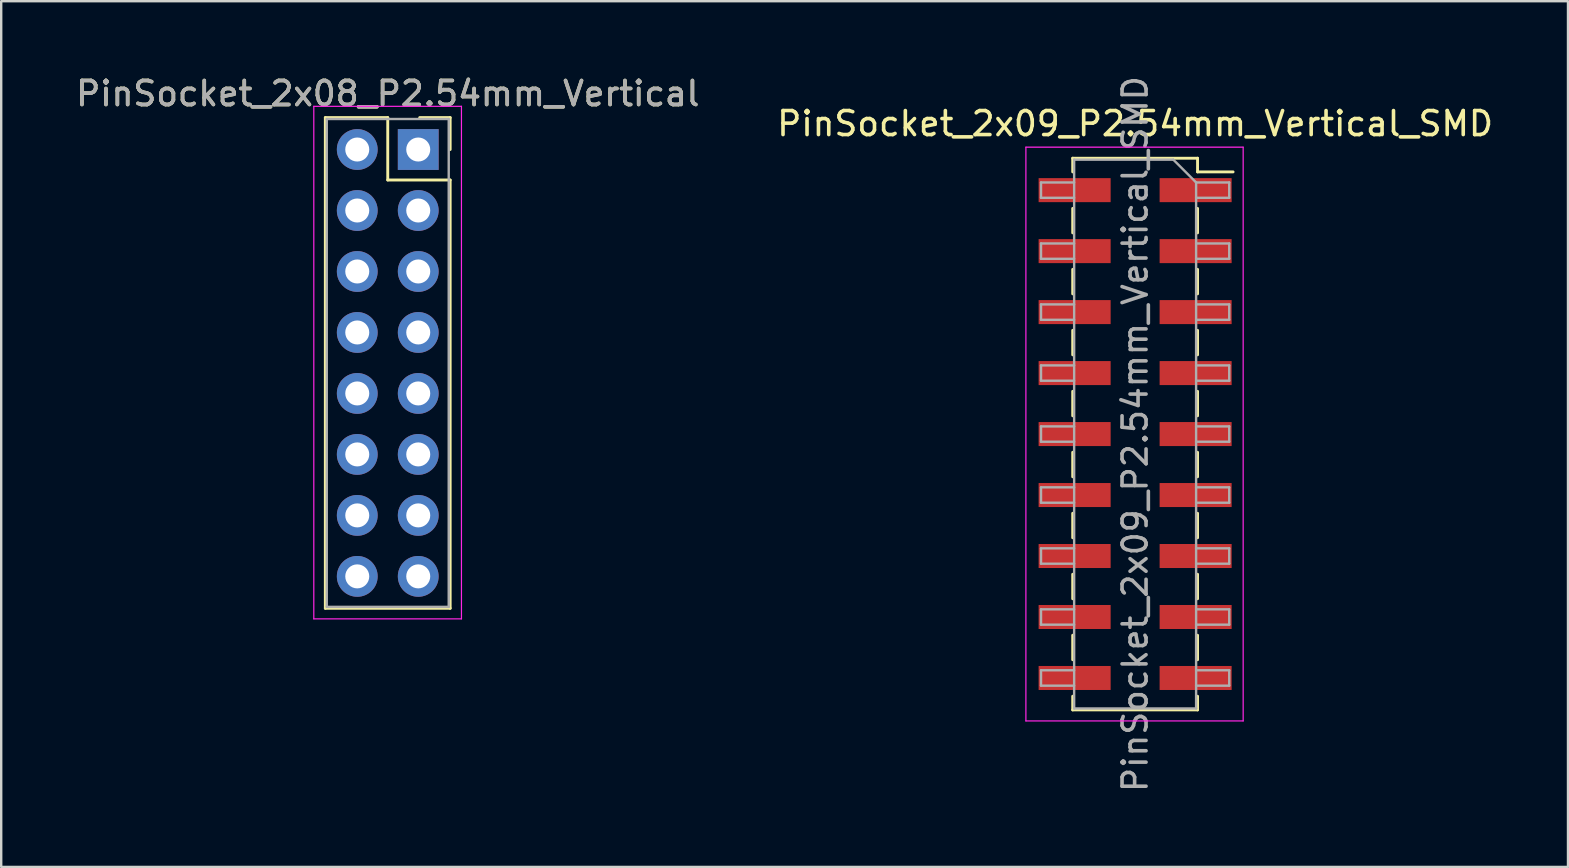
<source format=kicad_pcb>
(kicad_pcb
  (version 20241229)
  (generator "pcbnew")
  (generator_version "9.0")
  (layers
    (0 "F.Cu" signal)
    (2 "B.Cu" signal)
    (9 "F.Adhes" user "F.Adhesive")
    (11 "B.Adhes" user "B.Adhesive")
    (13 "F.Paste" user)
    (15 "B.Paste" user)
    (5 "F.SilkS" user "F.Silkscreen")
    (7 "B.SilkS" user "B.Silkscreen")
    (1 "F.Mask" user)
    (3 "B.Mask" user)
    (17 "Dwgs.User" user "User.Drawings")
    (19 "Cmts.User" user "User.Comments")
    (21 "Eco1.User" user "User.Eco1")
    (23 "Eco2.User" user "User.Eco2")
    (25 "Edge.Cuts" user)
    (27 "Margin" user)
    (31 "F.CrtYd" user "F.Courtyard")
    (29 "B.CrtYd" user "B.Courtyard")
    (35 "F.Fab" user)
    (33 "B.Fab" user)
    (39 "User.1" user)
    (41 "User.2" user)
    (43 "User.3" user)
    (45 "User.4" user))
  (footprint "PinSocket_2x09_P2.54mm_Vertical_SMD"
    (layer "F.Cu")
    (at 44.232 15.03)
    (property "Reference" "PinSocket_2x09_P2.54mm_Vertical_SMD" (at 0 -12.93 0) (layer "F.SilkS") (effects (font (size 1 1) (thickness 0.15))))
    (attr smd)
    (fp_line (start -2.6 -11.49) (end 2.6 -11.49) (stroke (width 0.12) (type solid)) (layer "F.SilkS"))
    (fp_line (start -2.6 -10.92) (end -2.6 -11.49) (stroke (width 0.12) (type solid)) (layer "F.SilkS"))
    (fp_line (start -2.6 -9.4) (end -2.6 -8.38) (stroke (width 0.12) (type solid)) (layer "F.SilkS"))
    (fp_line (start -2.6 -6.86) (end -2.6 -5.84) (stroke (width 0.12) (type solid)) (layer "F.SilkS"))
    (fp_line (start -2.6 -4.32) (end -2.6 -3.3) (stroke (width 0.12) (type solid)) (layer "F.SilkS"))
    (fp_line (start -2.6 -1.78) (end -2.6 -0.76) (stroke (width 0.12) (type solid)) (layer "F.SilkS"))
    (fp_line (start -2.6 0.76) (end -2.6 1.78) (stroke (width 0.12) (type solid)) (layer "F.SilkS"))
    (fp_line (start -2.6 3.3) (end -2.6 4.32) (stroke (width 0.12) (type solid)) (layer "F.SilkS"))
    (fp_line (start -2.6 5.84) (end -2.6 6.86) (stroke (width 0.12) (type solid)) (layer "F.SilkS"))
    (fp_line (start -2.6 8.38) (end -2.6 9.4) (stroke (width 0.12) (type solid)) (layer "F.SilkS"))
    (fp_line (start -2.6 11.49) (end -2.6 10.92) (stroke (width 0.12) (type solid)) (layer "F.SilkS"))
    (fp_line (start 2.6 -11.49) (end 2.6 -10.92) (stroke (width 0.12) (type solid)) (layer "F.SilkS"))
    (fp_line (start 2.6 -10.92) (end 4.08 -10.92) (stroke (width 0.12) (type solid)) (layer "F.SilkS"))
    (fp_line (start 2.6 -8.38) (end 2.6 -9.4) (stroke (width 0.12) (type solid)) (layer "F.SilkS"))
    (fp_line (start 2.6 -5.84) (end 2.6 -6.86) (stroke (width 0.12) (type solid)) (layer "F.SilkS"))
    (fp_line (start 2.6 -3.3) (end 2.6 -4.32) (stroke (width 0.12) (type solid)) (layer "F.SilkS"))
    (fp_line (start 2.6 -0.76) (end 2.6 -1.78) (stroke (width 0.12) (type solid)) (layer "F.SilkS"))
    (fp_line (start 2.6 1.78) (end 2.6 0.76) (stroke (width 0.12) (type solid)) (layer "F.SilkS"))
    (fp_line (start 2.6 4.32) (end 2.6 3.3) (stroke (width 0.12) (type solid)) (layer "F.SilkS"))
    (fp_line (start 2.6 6.86) (end 2.6 5.84) (stroke (width 0.12) (type solid)) (layer "F.SilkS"))
    (fp_line (start 2.6 9.4) (end 2.6 8.38) (stroke (width 0.12) (type solid)) (layer "F.SilkS"))
    (fp_line (start 2.6 10.92) (end 2.6 11.49) (stroke (width 0.12) (type solid)) (layer "F.SilkS"))
    (fp_line (start 2.6 11.49) (end -2.6 11.49) (stroke (width 0.12) (type solid)) (layer "F.SilkS"))
    (fp_line (start -4.55 -11.95) (end 4.5 -11.95) (stroke (width 0.05) (type solid)) (layer "F.CrtYd"))
    (fp_line (start -4.55 11.95) (end -4.55 -11.95) (stroke (width 0.05) (type solid)) (layer "F.CrtYd"))
    (fp_line (start 4.5 -11.95) (end 4.5 11.95) (stroke (width 0.05) (type solid)) (layer "F.CrtYd"))
    (fp_line (start 4.5 11.95) (end -4.55 11.95) (stroke (width 0.05) (type solid)) (layer "F.CrtYd"))
    (fp_line (start -3.92 -10.48) (end -2.54 -10.48) (stroke (width 0.1) (type solid)) (layer "F.Fab"))
    (fp_line (start -3.92 -9.84) (end -3.92 -10.48) (stroke (width 0.1) (type solid)) (layer "F.Fab"))
    (fp_line (start -3.92 -7.94) (end -2.54 -7.94) (stroke (width 0.1) (type solid)) (layer "F.Fab"))
    (fp_line (start -3.92 -7.3) (end -3.92 -7.94) (stroke (width 0.1) (type solid)) (layer "F.Fab"))
    (fp_line (start -3.92 -5.4) (end -2.54 -5.4) (stroke (width 0.1) (type solid)) (layer "F.Fab"))
    (fp_line (start -3.92 -4.76) (end -3.92 -5.4) (stroke (width 0.1) (type solid)) (layer "F.Fab"))
    (fp_line (start -3.92 -2.86) (end -2.54 -2.86) (stroke (width 0.1) (type solid)) (layer "F.Fab"))
    (fp_line (start -3.92 -2.22) (end -3.92 -2.86) (stroke (width 0.1) (type solid)) (layer "F.Fab"))
    (fp_line (start -3.92 -0.32) (end -2.54 -0.32) (stroke (width 0.1) (type solid)) (layer "F.Fab"))
    (fp_line (start -3.92 0.32) (end -3.92 -0.32) (stroke (width 0.1) (type solid)) (layer "F.Fab"))
    (fp_line (start -3.92 2.22) (end -2.54 2.22) (stroke (width 0.1) (type solid)) (layer "F.Fab"))
    (fp_line (start -3.92 2.86) (end -3.92 2.22) (stroke (width 0.1) (type solid)) (layer "F.Fab"))
    (fp_line (start -3.92 4.76) (end -2.54 4.76) (stroke (width 0.1) (type solid)) (layer "F.Fab"))
    (fp_line (start -3.92 5.4) (end -3.92 4.76) (stroke (width 0.1) (type solid)) (layer "F.Fab"))
    (fp_line (start -3.92 7.3) (end -2.54 7.3) (stroke (width 0.1) (type solid)) (layer "F.Fab"))
    (fp_line (start -3.92 7.94) (end -3.92 7.3) (stroke (width 0.1) (type solid)) (layer "F.Fab"))
    (fp_line (start -3.92 9.84) (end -2.54 9.84) (stroke (width 0.1) (type solid)) (layer "F.Fab"))
    (fp_line (start -3.92 10.48) (end -3.92 9.84) (stroke (width 0.1) (type solid)) (layer "F.Fab"))
    (fp_line (start -2.54 -11.43) (end 1.59 -11.43) (stroke (width 0.1) (type solid)) (layer "F.Fab"))
    (fp_line (start -2.54 -9.84) (end -3.92 -9.84) (stroke (width 0.1) (type solid)) (layer "F.Fab"))
    (fp_line (start -2.54 -7.3) (end -3.92 -7.3) (stroke (width 0.1) (type solid)) (layer "F.Fab"))
    (fp_line (start -2.54 -4.76) (end -3.92 -4.76) (stroke (width 0.1) (type solid)) (layer "F.Fab"))
    (fp_line (start -2.54 -2.22) (end -3.92 -2.22) (stroke (width 0.1) (type solid)) (layer "F.Fab"))
    (fp_line (start -2.54 0.32) (end -3.92 0.32) (stroke (width 0.1) (type solid)) (layer "F.Fab"))
    (fp_line (start -2.54 2.86) (end -3.92 2.86) (stroke (width 0.1) (type solid)) (layer "F.Fab"))
    (fp_line (start -2.54 5.4) (end -3.92 5.4) (stroke (width 0.1) (type solid)) (layer "F.Fab"))
    (fp_line (start -2.54 7.94) (end -3.92 7.94) (stroke (width 0.1) (type solid)) (layer "F.Fab"))
    (fp_line (start -2.54 10.48) (end -3.92 10.48) (stroke (width 0.1) (type solid)) (layer "F.Fab"))
    (fp_line (start -2.54 11.43) (end -2.54 -11.43) (stroke (width 0.1) (type solid)) (layer "F.Fab"))
    (fp_line (start 1.59 -11.43) (end 2.54 -10.48) (stroke (width 0.1) (type solid)) (layer "F.Fab"))
    (fp_line (start 2.54 -10.48) (end 2.54 11.43) (stroke (width 0.1) (type solid)) (layer "F.Fab"))
    (fp_line (start 2.54 -10.48) (end 3.92 -10.48) (stroke (width 0.1) (type solid)) (layer "F.Fab"))
    (fp_line (start 2.54 -7.94) (end 3.92 -7.94) (stroke (width 0.1) (type solid)) (layer "F.Fab"))
    (fp_line (start 2.54 -5.4) (end 3.92 -5.4) (stroke (width 0.1) (type solid)) (layer "F.Fab"))
    (fp_line (start 2.54 -2.86) (end 3.92 -2.86) (stroke (width 0.1) (type solid)) (layer "F.Fab"))
    (fp_line (start 2.54 -0.32) (end 3.92 -0.32) (stroke (width 0.1) (type solid)) (layer "F.Fab"))
    (fp_line (start 2.54 2.22) (end 3.92 2.22) (stroke (width 0.1) (type solid)) (layer "F.Fab"))
    (fp_line (start 2.54 4.76) (end 3.92 4.76) (stroke (width 0.1) (type solid)) (layer "F.Fab"))
    (fp_line (start 2.54 7.3) (end 3.92 7.3) (stroke (width 0.1) (type solid)) (layer "F.Fab"))
    (fp_line (start 2.54 9.84) (end 3.92 9.84) (stroke (width 0.1) (type solid)) (layer "F.Fab"))
    (fp_line (start 2.54 11.43) (end -2.54 11.43) (stroke (width 0.1) (type solid)) (layer "F.Fab"))
    (fp_line (start 3.92 -10.48) (end 3.92 -9.84) (stroke (width 0.1) (type solid)) (layer "F.Fab"))
    (fp_line (start 3.92 -9.84) (end 2.54 -9.84) (stroke (width 0.1) (type solid)) (layer "F.Fab"))
    (fp_line (start 3.92 -7.94) (end 3.92 -7.3) (stroke (width 0.1) (type solid)) (layer "F.Fab"))
    (fp_line (start 3.92 -7.3) (end 2.54 -7.3) (stroke (width 0.1) (type solid)) (layer "F.Fab"))
    (fp_line (start 3.92 -5.4) (end 3.92 -4.76) (stroke (width 0.1) (type solid)) (layer "F.Fab"))
    (fp_line (start 3.92 -4.76) (end 2.54 -4.76) (stroke (width 0.1) (type solid)) (layer "F.Fab"))
    (fp_line (start 3.92 -2.86) (end 3.92 -2.22) (stroke (width 0.1) (type solid)) (layer "F.Fab"))
    (fp_line (start 3.92 -2.22) (end 2.54 -2.22) (stroke (width 0.1) (type solid)) (layer "F.Fab"))
    (fp_line (start 3.92 -0.32) (end 3.92 0.32) (stroke (width 0.1) (type solid)) (layer "F.Fab"))
    (fp_line (start 3.92 0.32) (end 2.54 0.32) (stroke (width 0.1) (type solid)) (layer "F.Fab"))
    (fp_line (start 3.92 2.22) (end 3.92 2.86) (stroke (width 0.1) (type solid)) (layer "F.Fab"))
    (fp_line (start 3.92 2.86) (end 2.54 2.86) (stroke (width 0.1) (type solid)) (layer "F.Fab"))
    (fp_line (start 3.92 4.76) (end 3.92 5.4) (stroke (width 0.1) (type solid)) (layer "F.Fab"))
    (fp_line (start 3.92 5.4) (end 2.54 5.4) (stroke (width 0.1) (type solid)) (layer "F.Fab"))
    (fp_line (start 3.92 7.3) (end 3.92 7.94) (stroke (width 0.1) (type solid)) (layer "F.Fab"))
    (fp_line (start 3.92 7.94) (end 2.54 7.94) (stroke (width 0.1) (type solid)) (layer "F.Fab"))
    (fp_line (start 3.92 9.84) (end 3.92 10.48) (stroke (width 0.1) (type solid)) (layer "F.Fab"))
    (fp_line (start 3.92 10.48) (end 2.54 10.48) (stroke (width 0.1) (type solid)) (layer "F.Fab"))
    (fp_text user "${REFERENCE}" (at 0 0 90) (layer "F.Fab") (effects (font (size 1 1) (thickness 0.15))))
    (pad "1" smd rect (at 2.52 -10.16) (size 3 1) (layers "F.Cu" "F.Mask" "F.Paste"))
    (pad "2" smd rect (at -2.52 -10.16) (size 3 1) (layers "F.Cu" "F.Mask" "F.Paste"))
    (pad "3" smd rect (at 2.52 -7.62) (size 3 1) (layers "F.Cu" "F.Mask" "F.Paste"))
    (pad "4" smd rect (at -2.52 -7.62) (size 3 1) (layers "F.Cu" "F.Mask" "F.Paste"))
    (pad "5" smd rect (at 2.52 -5.08) (size 3 1) (layers "F.Cu" "F.Mask" "F.Paste"))
    (pad "6" smd rect (at -2.52 -5.08) (size 3 1) (layers "F.Cu" "F.Mask" "F.Paste"))
    (pad "7" smd rect (at 2.52 -2.54) (size 3 1) (layers "F.Cu" "F.Mask" "F.Paste"))
    (pad "8" smd rect (at -2.52 -2.54) (size 3 1) (layers "F.Cu" "F.Mask" "F.Paste"))
    (pad "9" smd rect (at 2.52 0) (size 3 1) (layers "F.Cu" "F.Mask" "F.Paste"))
    (pad "10" smd rect (at -2.52 0) (size 3 1) (layers "F.Cu" "F.Mask" "F.Paste"))
    (pad "11" smd rect (at 2.52 2.54) (size 3 1) (layers "F.Cu" "F.Mask" "F.Paste"))
    (pad "12" smd rect (at -2.52 2.54) (size 3 1) (layers "F.Cu" "F.Mask" "F.Paste"))
    (pad "13" smd rect (at 2.52 5.08) (size 3 1) (layers "F.Cu" "F.Mask" "F.Paste"))
    (pad "14" smd rect (at -2.52 5.08) (size 3 1) (layers "F.Cu" "F.Mask" "F.Paste"))
    (pad "15" smd rect (at 2.52 7.62) (size 3 1) (layers "F.Cu" "F.Mask" "F.Paste"))
    (pad "16" smd rect (at -2.52 7.62) (size 3 1) (layers "F.Cu" "F.Mask" "F.Paste"))
    (pad "17" smd rect (at 2.52 10.16) (size 3 1) (layers "F.Cu" "F.Mask" "F.Paste"))
    (pad "18" smd rect (at -2.52 10.16) (size 3 1) (layers "F.Cu" "F.Mask" "F.Paste")))
  (footprint "PinSocket_2x08_P2.54mm_Vertical"
    (layer "F.Cu")
    (at 14.371 3.178)
    (property "Reference" "PinSocket_2x08_P2.54mm_Vertical" (at -1.27 -2.33 0) (layer "F.SilkS") (effects (font (size 1 1) (thickness 0.15))))
    (attr through_hole)
    (fp_line (start -3.87 -1.33) (end -1.27 -1.33) (stroke (width 0.12) (type solid)) (layer "F.SilkS"))
    (fp_line (start -3.87 19.11) (end -3.87 -1.33) (stroke (width 0.12) (type solid)) (layer "F.SilkS"))
    (fp_line (start -1.27 -1.33) (end -1.27 1.27) (stroke (width 0.12) (type solid)) (layer "F.SilkS"))
    (fp_line (start -1.27 1.27) (end 1.33 1.27) (stroke (width 0.12) (type solid)) (layer "F.SilkS"))
    (fp_line (start 1.33 -1.33) (end 0.06 -1.33) (stroke (width 0.12) (type solid)) (layer "F.SilkS"))
    (fp_line (start 1.33 0) (end 1.33 -1.33) (stroke (width 0.12) (type solid)) (layer "F.SilkS"))
    (fp_line (start 1.33 1.27) (end 1.33 19.11) (stroke (width 0.12) (type solid)) (layer "F.SilkS"))
    (fp_line (start 1.33 19.11) (end -3.87 19.11) (stroke (width 0.12) (type solid)) (layer "F.SilkS"))
    (fp_line (start -4.35 -1.8) (end -4.35 19.55) (stroke (width 0.05) (type solid)) (layer "F.CrtYd"))
    (fp_line (start -4.35 19.55) (end 1.8 19.55) (stroke (width 0.05) (type solid)) (layer "F.CrtYd"))
    (fp_line (start 1.8 -1.8) (end -4.35 -1.8) (stroke (width 0.05) (type solid)) (layer "F.CrtYd"))
    (fp_line (start 1.8 19.55) (end 1.8 -1.8) (stroke (width 0.05) (type solid)) (layer "F.CrtYd"))
    (fp_line (start -3.81 -1.27) (end -3.81 19.05) (stroke (width 0.1) (type solid)) (layer "F.Fab"))
    (fp_line (start -3.81 19.05) (end 1.27 19.05) (stroke (width 0.1) (type solid)) (layer "F.Fab"))
    (fp_line (start 1.27 -1.27) (end -3.81 -1.27) (stroke (width 0.1) (type solid)) (layer "F.Fab"))
    (fp_line (start 1.27 19.05) (end 1.27 -1.27) (stroke (width 0.1) (type solid)) (layer "F.Fab"))
    (fp_text user "${REFERENCE}" (at -1.27 -2.33 0) (layer "F.Fab") (effects (font (size 1 1) (thickness 0.15))))
    (pad "1" thru_hole rect (at 0 0) (size 1.7 1.7) (drill 1) (layers "*.Cu" "*.Mask"))
    (pad "2" thru_hole oval (at -2.54 0) (size 1.7 1.7) (drill 1) (layers "*.Cu" "*.Mask"))
    (pad "3" thru_hole oval (at 0 2.54) (size 1.7 1.7) (drill 1) (layers "*.Cu" "*.Mask"))
    (pad "4" thru_hole oval (at -2.54 2.54) (size 1.7 1.7) (drill 1) (layers "*.Cu" "*.Mask"))
    (pad "5" thru_hole oval (at 0 5.08) (size 1.7 1.7) (drill 1) (layers "*.Cu" "*.Mask"))
    (pad "6" thru_hole oval (at -2.54 5.08) (size 1.7 1.7) (drill 1) (layers "*.Cu" "*.Mask"))
    (pad "7" thru_hole oval (at 0 7.62) (size 1.7 1.7) (drill 1) (layers "*.Cu" "*.Mask"))
    (pad "8" thru_hole oval (at -2.54 7.62) (size 1.7 1.7) (drill 1) (layers "*.Cu" "*.Mask"))
    (pad "9" thru_hole oval (at 0 10.16) (size 1.7 1.7) (drill 1) (layers "*.Cu" "*.Mask"))
    (pad "10" thru_hole oval (at -2.54 10.16) (size 1.7 1.7) (drill 1) (layers "*.Cu" "*.Mask"))
    (pad "11" thru_hole oval (at 0 12.7) (size 1.7 1.7) (drill 1) (layers "*.Cu" "*.Mask"))
    (pad "12" thru_hole oval (at -2.54 12.7) (size 1.7 1.7) (drill 1) (layers "*.Cu" "*.Mask"))
    (pad "13" thru_hole oval (at 0 15.24) (size 1.7 1.7) (drill 1) (layers "*.Cu" "*.Mask"))
    (pad "14" thru_hole oval (at -2.54 15.24) (size 1.7 1.7) (drill 1) (layers "*.Cu" "*.Mask"))
    (pad "15" thru_hole oval (at 0 17.78) (size 1.7 1.7) (drill 1) (layers "*.Cu" "*.Mask"))
    (pad "16" thru_hole oval (at -2.54 17.78) (size 1.7 1.7) (drill 1) (layers "*.Cu" "*.Mask")))
  (gr_rect
    (start -3 -3)
    (end 62.262 33.06)
    (stroke (width 0.1) (type default))
    (fill no)
    (layer "Edge.Cuts")))
</source>
